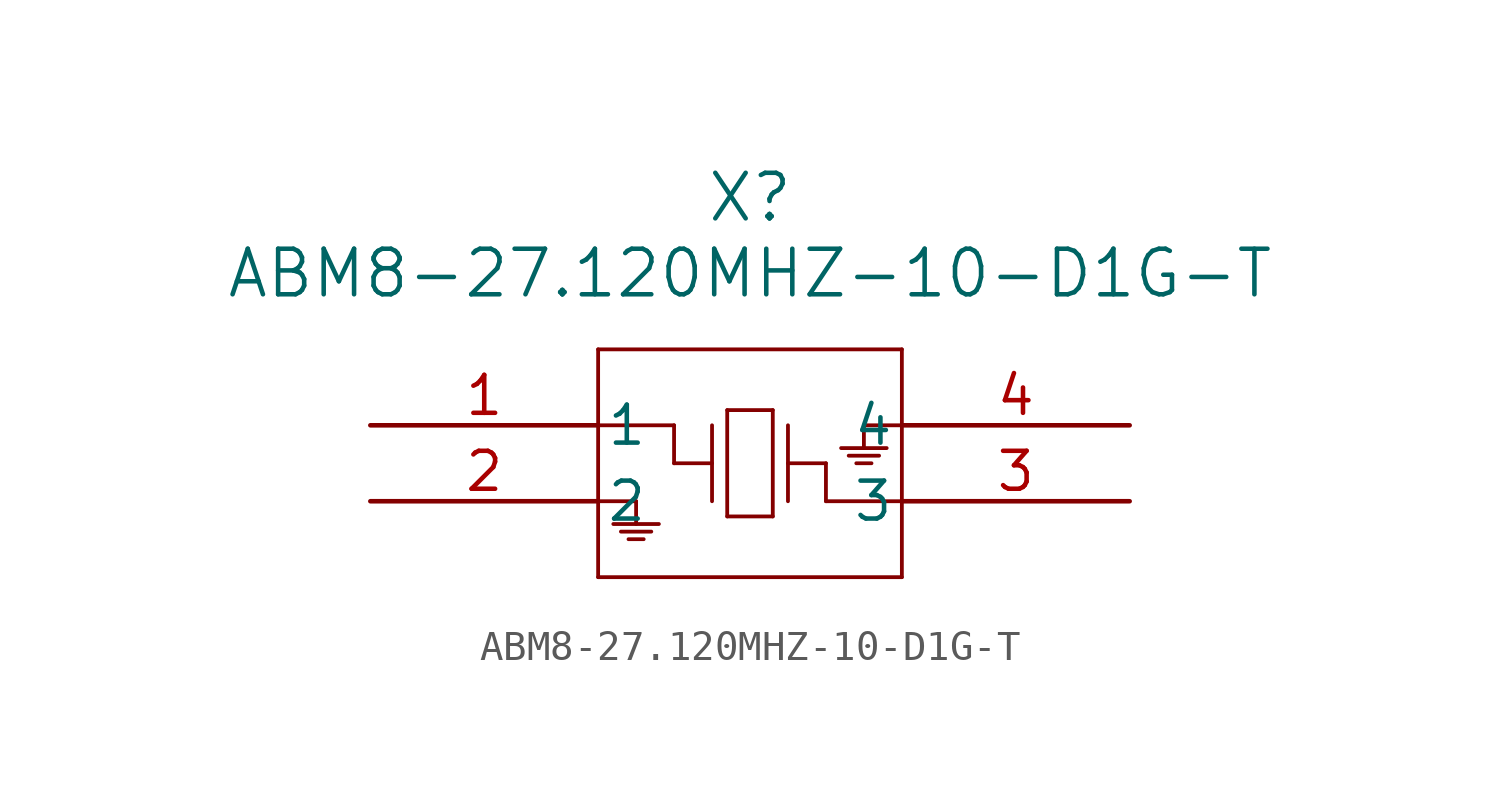
<source format=kicad_sym>
(kicad_symbol_lib
  (version 20211014)
  (generator kicad_symbol_editor)
  (symbol "ABM8-27.120MHZ-10-D1G-T"
    (pin_names
      (offset 0.254))
    (property "Reference" "X"
      (at 12.7 7.62 0)
      (effects (font (size 1.524 1.524))))
    (property "Value" "ABM8-27.120MHZ-10-D1G-T"
      (at 12.7 5.08 0)
      (effects (font (size 1.524 1.524))))
    (symbol "ABM8-27.120MHZ-10-D1G-T_0_1"
      (polyline (pts (xy 7.62 2.54) (xy 7.62 -5.08)) (stroke (width 0.127) (type default) (color 0 0 0 0)) (fill (type none)))
      (polyline (pts (xy 7.62 -5.08) (xy 17.78 -5.08)) (stroke (width 0.127) (type default) (color 0 0 0 0)) (fill (type none)))
      (polyline (pts (xy 17.78 -5.08) (xy 17.78 2.54)) (stroke (width 0.127) (type default) (color 0 0 0 0)) (fill (type none)))
      (polyline (pts (xy 17.78 2.54) (xy 7.62 2.54)) (stroke (width 0.127) (type default) (color 0 0 0 0)) (fill (type none)))
      (polyline (pts (xy 11.43 0) (xy 11.43 -2.54)) (stroke (width 0.127) (type default) (color 0 0 0 0)) (fill (type none)))
      (polyline (pts (xy 11.43 -1.27) (xy 10.16 -1.27)) (stroke (width 0.127) (type default) (color 0 0 0 0)) (fill (type none)))
      (polyline (pts (xy 10.16 -1.27) (xy 10.16 0)) (stroke (width 0.127) (type default) (color 0 0 0 0)) (fill (type none)))
      (polyline (pts (xy 10.16 0) (xy 7.62 0)) (stroke (width 0.127) (type default) (color 0 0 0 0)) (fill (type none)))
      (polyline (pts (xy 13.97 0) (xy 13.97 -2.54)) (stroke (width 0.127) (type default) (color 0 0 0 0)) (fill (type none)))
      (polyline (pts (xy 13.97 -1.27) (xy 15.24 -1.27)) (stroke (width 0.127) (type default) (color 0 0 0 0)) (fill (type none)))
      (polyline (pts (xy 15.24 -1.27) (xy 15.24 -2.54)) (stroke (width 0.127) (type default) (color 0 0 0 0)) (fill (type none)))
      (polyline (pts (xy 15.24 -2.54) (xy 17.78 -2.54)) (stroke (width 0.127) (type default) (color 0 0 0 0)) (fill (type none)))
      (polyline (pts (xy 11.938 0.508) (xy 11.938 -3.048)) (stroke (width 0.127) (type default) (color 0 0 0 0)) (fill (type none)))
      (polyline (pts (xy 11.938 -3.048) (xy 13.462 -3.048)) (stroke (width 0.127) (type default) (color 0 0 0 0)) (fill (type none)))
      (polyline (pts (xy 13.462 -3.048) (xy 13.462 0.508)) (stroke (width 0.127) (type default) (color 0 0 0 0)) (fill (type none)))
      (polyline (pts (xy 13.462 0.508) (xy 11.938 0.508)) (stroke (width 0.127) (type default) (color 0 0 0 0)) (fill (type none)))
      (polyline (pts (xy 7.62 -2.54) (xy 8.89 -2.54)) (stroke (width 0.127) (type default) (color 0 0 0 0)) (fill (type none)))
      (polyline (pts (xy 8.89 -2.54) (xy 8.89 -3.302)) (stroke (width 0.127) (type default) (color 0 0 0 0)) (fill (type none)))
      (polyline (pts (xy 8.636 -3.81) (xy 9.144 -3.81)) (stroke (width 0.127) (type default) (color 0 0 0 0)) (fill (type none)))
      (polyline (pts (xy 8.382 -3.556) (xy 9.398 -3.556)) (stroke (width 0.127) (type default) (color 0 0 0 0)) (fill (type none)))
      (polyline (pts (xy 8.128 -3.302) (xy 9.652 -3.302)) (stroke (width 0.127) (type default) (color 0 0 0 0)) (fill (type none)))
      (polyline (pts (xy 17.78 0) (xy 16.51 0)) (stroke (width 0.127) (type default) (color 0 0 0 0)) (fill (type none)))
      (polyline (pts (xy 16.51 0) (xy 16.51 -0.762)) (stroke (width 0.127) (type default) (color 0 0 0 0)) (fill (type none)))
      (polyline (pts (xy 16.764 -1.27) (xy 16.256 -1.27)) (stroke (width 0.127) (type default) (color 0 0 0 0)) (fill (type none)))
      (polyline (pts (xy 17.018 -1.016) (xy 16.002 -1.016)) (stroke (width 0.127) (type default) (color 0 0 0 0)) (fill (type none)))
      (polyline (pts (xy 17.272 -0.762) (xy 15.748 -0.762)) (stroke (width 0.127) (type default) (color 0 0 0 0)) (fill (type none)))
      (pin unspecified line (at 0 0 0) (length 7.62) (name "1" (effects (font (size 1.27 1.27)))) (number "1" (effects (font (size 1.27 1.27)))))
      (pin unspecified line (at 0 -2.54 0) (length 7.62) (name "2" (effects (font (size 1.27 1.27)))) (number "2" (effects (font (size 1.27 1.27)))))
      (pin unspecified line (at 25.4 -2.54 180) (length 7.62) (name "3" (effects (font (size 1.27 1.27)))) (number "3" (effects (font (size 1.27 1.27)))))
      (pin unspecified line (at 25.4 0 180) (length 7.62) (name "4" (effects (font (size 1.27 1.27)))) (number "4" (effects (font (size 1.27 1.27))))))))
</source>
